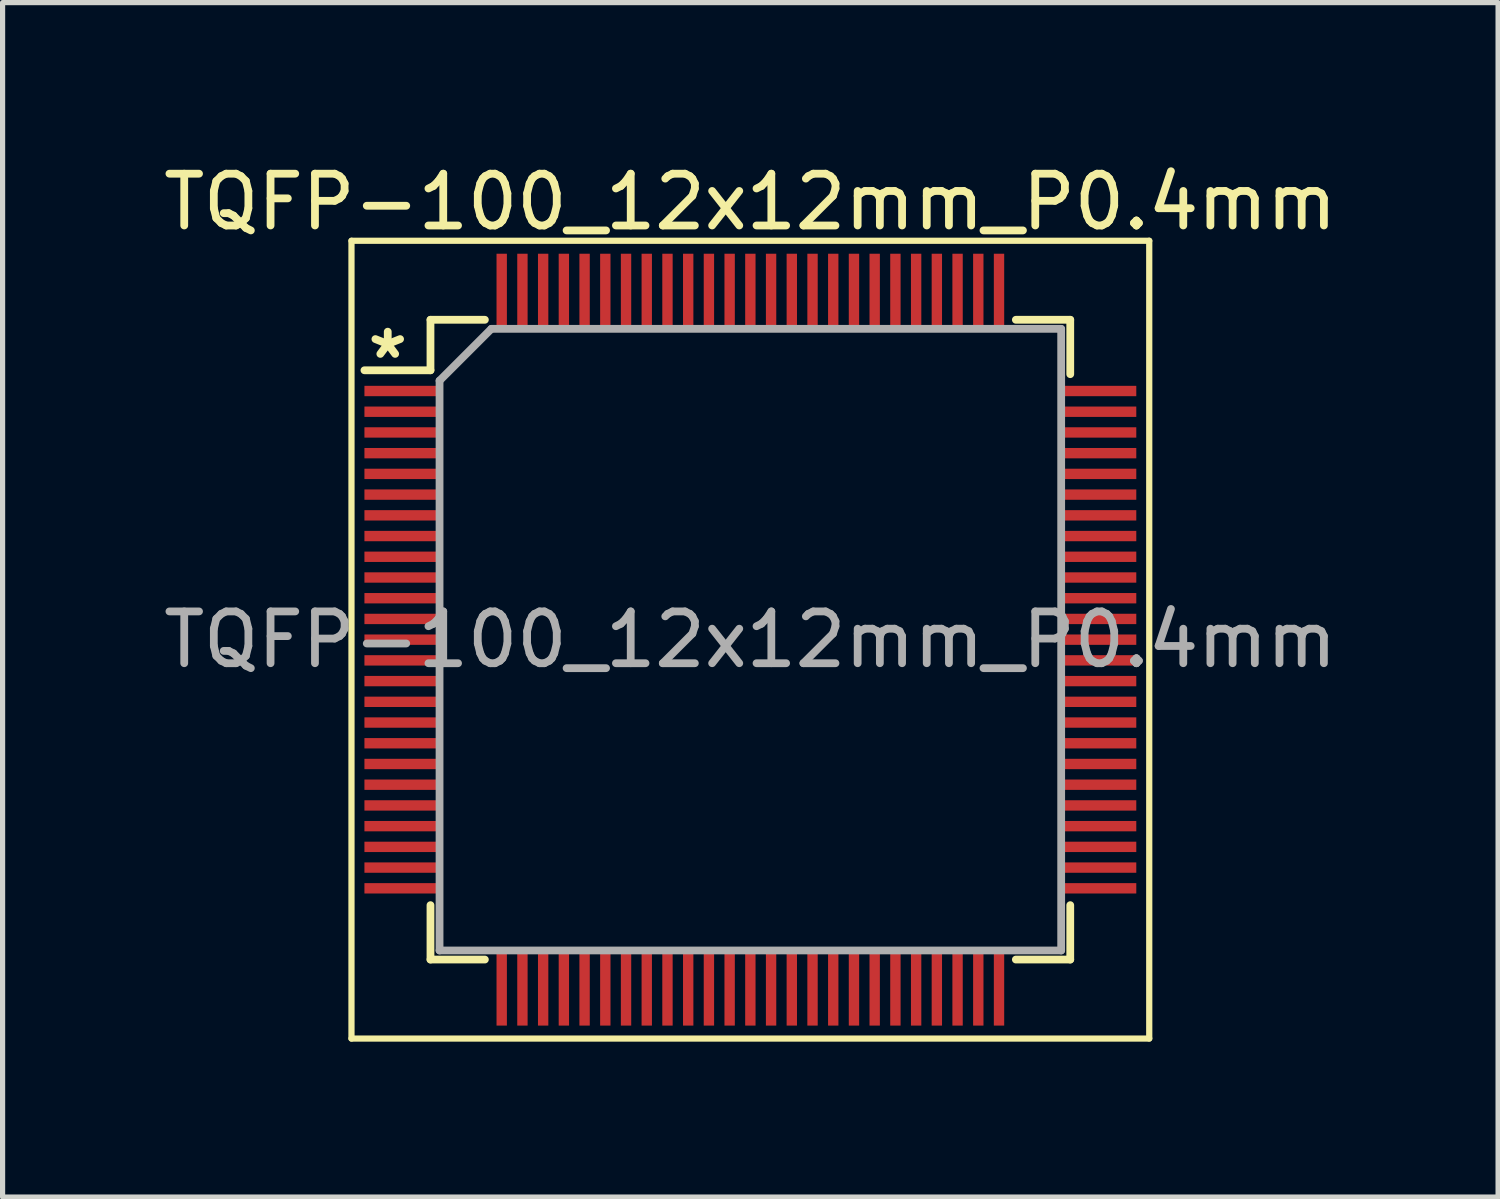
<source format=kicad_pcb>
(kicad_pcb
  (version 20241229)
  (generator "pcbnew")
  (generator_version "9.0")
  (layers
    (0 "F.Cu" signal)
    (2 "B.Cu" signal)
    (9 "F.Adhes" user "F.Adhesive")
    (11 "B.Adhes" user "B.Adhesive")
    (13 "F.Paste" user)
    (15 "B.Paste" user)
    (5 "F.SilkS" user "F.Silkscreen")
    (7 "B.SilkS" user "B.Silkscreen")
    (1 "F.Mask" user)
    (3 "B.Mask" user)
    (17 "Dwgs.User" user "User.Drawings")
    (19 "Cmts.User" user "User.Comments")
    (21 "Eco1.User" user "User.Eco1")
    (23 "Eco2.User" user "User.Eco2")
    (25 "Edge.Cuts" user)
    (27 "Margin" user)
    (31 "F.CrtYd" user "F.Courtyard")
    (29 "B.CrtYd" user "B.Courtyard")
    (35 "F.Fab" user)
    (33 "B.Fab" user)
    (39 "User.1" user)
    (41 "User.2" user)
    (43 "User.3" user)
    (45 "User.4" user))
  (footprint "TQFP-100_12x12mm_P0.4mm"
    (layer "F.Cu")
    (at 11.435 9.298)
    (property "Reference" "TQFP-100_12x12mm_P0.4mm" (at 0 -8.45 0) (layer "F.SilkS") (effects (font (size 1 1) (thickness 0.15))))
    (attr smd)
    (fp_line (start -7.7 -7.7) (end -7.7 7.7) (stroke (width 0.12) (type solid)) (layer "F.SilkS"))
    (fp_line (start -7.7 -7.7) (end 7.7 -7.7) (stroke (width 0.12) (type solid)) (layer "F.SilkS"))
    (fp_line (start -7.7 7.7) (end 7.7 7.7) (stroke (width 0.12) (type solid)) (layer "F.SilkS"))
    (fp_line (start -6.175 -6.175) (end -6.175 -5.2) (stroke (width 0.15) (type solid)) (layer "F.SilkS"))
    (fp_line (start -6.175 -6.175) (end -5.125 -6.175) (stroke (width 0.15) (type solid)) (layer "F.SilkS"))
    (fp_line (start -6.175 -5.2) (end -7.45 -5.2) (stroke (width 0.15) (type solid)) (layer "F.SilkS"))
    (fp_line (start -6.175 6.175) (end -6.175 5.125) (stroke (width 0.15) (type solid)) (layer "F.SilkS"))
    (fp_line (start -6.175 6.175) (end -5.125 6.175) (stroke (width 0.15) (type solid)) (layer "F.SilkS"))
    (fp_line (start 6.175 -6.175) (end 5.125 -6.175) (stroke (width 0.15) (type solid)) (layer "F.SilkS"))
    (fp_line (start 6.175 -6.175) (end 6.175 -5.125) (stroke (width 0.15) (type solid)) (layer "F.SilkS"))
    (fp_line (start 6.175 6.175) (end 5.125 6.175) (stroke (width 0.15) (type solid)) (layer "F.SilkS"))
    (fp_line (start 6.175 6.175) (end 6.175 5.125) (stroke (width 0.15) (type solid)) (layer "F.SilkS"))
    (fp_line (start 7.7 -7.7) (end 7.7 7.7) (stroke (width 0.12) (type solid)) (layer "F.SilkS"))
    (fp_line (start -6 -5) (end -5 -6) (stroke (width 0.15) (type solid)) (layer "F.Fab"))
    (fp_line (start -6 6) (end -6 -5) (stroke (width 0.15) (type solid)) (layer "F.Fab"))
    (fp_line (start -5 -6) (end 6 -6) (stroke (width 0.15) (type solid)) (layer "F.Fab"))
    (fp_line (start 6 -6) (end 6 6) (stroke (width 0.15) (type solid)) (layer "F.Fab"))
    (fp_line (start 6 6) (end -6 6) (stroke (width 0.15) (type solid)) (layer "F.Fab"))
    (fp_text user "*" (at -7 -5.4 0) (layer "F.SilkS") (effects (font (size 1 1) (thickness 0.15))))
    (fp_text user "${REFERENCE}" (at 0 0 0) (layer "F.Fab") (effects (font (size 1 1) (thickness 0.15))))
    (pad "1" smd rect (at -6.7 -4.8) (size 1.5 0.2) (layers "F.Cu" "F.Mask" "F.Paste"))
    (pad "2" smd rect (at -6.7 -4.4) (size 1.5 0.2) (layers "F.Cu" "F.Mask" "F.Paste"))
    (pad "3" smd rect (at -6.7 -4) (size 1.5 0.2) (layers "F.Cu" "F.Mask" "F.Paste"))
    (pad "4" smd rect (at -6.7 -3.6) (size 1.5 0.2) (layers "F.Cu" "F.Mask" "F.Paste"))
    (pad "5" smd rect (at -6.7 -3.2) (size 1.5 0.2) (layers "F.Cu" "F.Mask" "F.Paste"))
    (pad "6" smd rect (at -6.7 -2.8) (size 1.5 0.2) (layers "F.Cu" "F.Mask" "F.Paste"))
    (pad "7" smd rect (at -6.7 -2.4) (size 1.5 0.2) (layers "F.Cu" "F.Mask" "F.Paste"))
    (pad "8" smd rect (at -6.7 -2) (size 1.5 0.2) (layers "F.Cu" "F.Mask" "F.Paste"))
    (pad "9" smd rect (at -6.7 -1.6) (size 1.5 0.2) (layers "F.Cu" "F.Mask" "F.Paste"))
    (pad "10" smd rect (at -6.7 -1.2) (size 1.5 0.2) (layers "F.Cu" "F.Mask" "F.Paste"))
    (pad "11" smd rect (at -6.7 -0.8) (size 1.5 0.2) (layers "F.Cu" "F.Mask" "F.Paste"))
    (pad "12" smd rect (at -6.7 -0.4) (size 1.5 0.2) (layers "F.Cu" "F.Mask" "F.Paste"))
    (pad "13" smd rect (at -6.7 0) (size 1.5 0.2) (layers "F.Cu" "F.Mask" "F.Paste"))
    (pad "14" smd rect (at -6.7 0.4) (size 1.5 0.2) (layers "F.Cu" "F.Mask" "F.Paste"))
    (pad "15" smd rect (at -6.7 0.8) (size 1.5 0.2) (layers "F.Cu" "F.Mask" "F.Paste"))
    (pad "16" smd rect (at -6.7 1.2) (size 1.5 0.2) (layers "F.Cu" "F.Mask" "F.Paste"))
    (pad "17" smd rect (at -6.7 1.6) (size 1.5 0.2) (layers "F.Cu" "F.Mask" "F.Paste"))
    (pad "18" smd rect (at -6.7 2) (size 1.5 0.2) (layers "F.Cu" "F.Mask" "F.Paste"))
    (pad "19" smd rect (at -6.7 2.4) (size 1.5 0.2) (layers "F.Cu" "F.Mask" "F.Paste"))
    (pad "20" smd rect (at -6.7 2.8) (size 1.5 0.2) (layers "F.Cu" "F.Mask" "F.Paste"))
    (pad "21" smd rect (at -6.7 3.2) (size 1.5 0.2) (layers "F.Cu" "F.Mask" "F.Paste"))
    (pad "22" smd rect (at -6.7 3.6) (size 1.5 0.2) (layers "F.Cu" "F.Mask" "F.Paste"))
    (pad "23" smd rect (at -6.7 4) (size 1.5 0.2) (layers "F.Cu" "F.Mask" "F.Paste"))
    (pad "24" smd rect (at -6.7 4.4) (size 1.5 0.2) (layers "F.Cu" "F.Mask" "F.Paste"))
    (pad "25" smd rect (at -6.7 4.8) (size 1.5 0.2) (layers "F.Cu" "F.Mask" "F.Paste"))
    (pad "26" smd rect (at -4.8 6.7 90) (size 1.5 0.2) (layers "F.Cu" "F.Mask" "F.Paste"))
    (pad "27" smd rect (at -4.4 6.7 90) (size 1.5 0.2) (layers "F.Cu" "F.Mask" "F.Paste"))
    (pad "28" smd rect (at -4 6.7 90) (size 1.5 0.2) (layers "F.Cu" "F.Mask" "F.Paste"))
    (pad "29" smd rect (at -3.6 6.7 90) (size 1.5 0.2) (layers "F.Cu" "F.Mask" "F.Paste"))
    (pad "30" smd rect (at -3.2 6.7 90) (size 1.5 0.2) (layers "F.Cu" "F.Mask" "F.Paste"))
    (pad "31" smd rect (at -2.8 6.7 90) (size 1.5 0.2) (layers "F.Cu" "F.Mask" "F.Paste"))
    (pad "32" smd rect (at -2.4 6.7 90) (size 1.5 0.2) (layers "F.Cu" "F.Mask" "F.Paste"))
    (pad "33" smd rect (at -2 6.7 90) (size 1.5 0.2) (layers "F.Cu" "F.Mask" "F.Paste"))
    (pad "34" smd rect (at -1.6 6.7 90) (size 1.5 0.2) (layers "F.Cu" "F.Mask" "F.Paste"))
    (pad "35" smd rect (at -1.2 6.7 90) (size 1.5 0.2) (layers "F.Cu" "F.Mask" "F.Paste"))
    (pad "36" smd rect (at -0.8 6.7 90) (size 1.5 0.2) (layers "F.Cu" "F.Mask" "F.Paste"))
    (pad "37" smd rect (at -0.4 6.7 90) (size 1.5 0.2) (layers "F.Cu" "F.Mask" "F.Paste"))
    (pad "38" smd rect (at 0 6.7 90) (size 1.5 0.2) (layers "F.Cu" "F.Mask" "F.Paste"))
    (pad "39" smd rect (at 0.4 6.7 90) (size 1.5 0.2) (layers "F.Cu" "F.Mask" "F.Paste"))
    (pad "40" smd rect (at 0.8 6.7 90) (size 1.5 0.2) (layers "F.Cu" "F.Mask" "F.Paste"))
    (pad "41" smd rect (at 1.2 6.7 90) (size 1.5 0.2) (layers "F.Cu" "F.Mask" "F.Paste"))
    (pad "42" smd rect (at 1.6 6.7 90) (size 1.5 0.2) (layers "F.Cu" "F.Mask" "F.Paste"))
    (pad "43" smd rect (at 2 6.7 90) (size 1.5 0.2) (layers "F.Cu" "F.Mask" "F.Paste"))
    (pad "44" smd rect (at 2.4 6.7 90) (size 1.5 0.2) (layers "F.Cu" "F.Mask" "F.Paste"))
    (pad "45" smd rect (at 2.8 6.7 90) (size 1.5 0.2) (layers "F.Cu" "F.Mask" "F.Paste"))
    (pad "46" smd rect (at 3.2 6.7 90) (size 1.5 0.2) (layers "F.Cu" "F.Mask" "F.Paste"))
    (pad "47" smd rect (at 3.6 6.7 90) (size 1.5 0.2) (layers "F.Cu" "F.Mask" "F.Paste"))
    (pad "48" smd rect (at 4 6.7 90) (size 1.5 0.2) (layers "F.Cu" "F.Mask" "F.Paste"))
    (pad "49" smd rect (at 4.4 6.7 90) (size 1.5 0.2) (layers "F.Cu" "F.Mask" "F.Paste"))
    (pad "50" smd rect (at 4.8 6.7 90) (size 1.5 0.2) (layers "F.Cu" "F.Mask" "F.Paste"))
    (pad "51" smd rect (at 6.7 4.8) (size 1.5 0.2) (layers "F.Cu" "F.Mask" "F.Paste"))
    (pad "52" smd rect (at 6.7 4.4) (size 1.5 0.2) (layers "F.Cu" "F.Mask" "F.Paste"))
    (pad "53" smd rect (at 6.7 4) (size 1.5 0.2) (layers "F.Cu" "F.Mask" "F.Paste"))
    (pad "54" smd rect (at 6.7 3.6) (size 1.5 0.2) (layers "F.Cu" "F.Mask" "F.Paste"))
    (pad "55" smd rect (at 6.7 3.2) (size 1.5 0.2) (layers "F.Cu" "F.Mask" "F.Paste"))
    (pad "56" smd rect (at 6.7 2.8) (size 1.5 0.2) (layers "F.Cu" "F.Mask" "F.Paste"))
    (pad "57" smd rect (at 6.7 2.4) (size 1.5 0.2) (layers "F.Cu" "F.Mask" "F.Paste"))
    (pad "58" smd rect (at 6.7 2) (size 1.5 0.2) (layers "F.Cu" "F.Mask" "F.Paste"))
    (pad "59" smd rect (at 6.7 1.6) (size 1.5 0.2) (layers "F.Cu" "F.Mask" "F.Paste"))
    (pad "60" smd rect (at 6.7 1.2) (size 1.5 0.2) (layers "F.Cu" "F.Mask" "F.Paste"))
    (pad "61" smd rect (at 6.7 0.8) (size 1.5 0.2) (layers "F.Cu" "F.Mask" "F.Paste"))
    (pad "62" smd rect (at 6.7 0.4) (size 1.5 0.2) (layers "F.Cu" "F.Mask" "F.Paste"))
    (pad "63" smd rect (at 6.7 0) (size 1.5 0.2) (layers "F.Cu" "F.Mask" "F.Paste"))
    (pad "64" smd rect (at 6.7 -0.4) (size 1.5 0.2) (layers "F.Cu" "F.Mask" "F.Paste"))
    (pad "65" smd rect (at 6.7 -0.8) (size 1.5 0.2) (layers "F.Cu" "F.Mask" "F.Paste"))
    (pad "66" smd rect (at 6.7 -1.2) (size 1.5 0.2) (layers "F.Cu" "F.Mask" "F.Paste"))
    (pad "67" smd rect (at 6.7 -1.6) (size 1.5 0.2) (layers "F.Cu" "F.Mask" "F.Paste"))
    (pad "68" smd rect (at 6.7 -2) (size 1.5 0.2) (layers "F.Cu" "F.Mask" "F.Paste"))
    (pad "69" smd rect (at 6.7 -2.4) (size 1.5 0.2) (layers "F.Cu" "F.Mask" "F.Paste"))
    (pad "70" smd rect (at 6.7 -2.8) (size 1.5 0.2) (layers "F.Cu" "F.Mask" "F.Paste"))
    (pad "71" smd rect (at 6.7 -3.2) (size 1.5 0.2) (layers "F.Cu" "F.Mask" "F.Paste"))
    (pad "72" smd rect (at 6.7 -3.6) (size 1.5 0.2) (layers "F.Cu" "F.Mask" "F.Paste"))
    (pad "73" smd rect (at 6.7 -4) (size 1.5 0.2) (layers "F.Cu" "F.Mask" "F.Paste"))
    (pad "74" smd rect (at 6.7 -4.4) (size 1.5 0.2) (layers "F.Cu" "F.Mask" "F.Paste"))
    (pad "75" smd rect (at 6.7 -4.8) (size 1.5 0.2) (layers "F.Cu" "F.Mask" "F.Paste"))
    (pad "76" smd rect (at 4.8 -6.7 90) (size 1.5 0.2) (layers "F.Cu" "F.Mask" "F.Paste"))
    (pad "77" smd rect (at 4.4 -6.7 90) (size 1.5 0.2) (layers "F.Cu" "F.Mask" "F.Paste"))
    (pad "78" smd rect (at 4 -6.7 90) (size 1.5 0.2) (layers "F.Cu" "F.Mask" "F.Paste"))
    (pad "79" smd rect (at 3.6 -6.7 90) (size 1.5 0.2) (layers "F.Cu" "F.Mask" "F.Paste"))
    (pad "80" smd rect (at 3.2 -6.7 90) (size 1.5 0.2) (layers "F.Cu" "F.Mask" "F.Paste"))
    (pad "81" smd rect (at 2.8 -6.7 90) (size 1.5 0.2) (layers "F.Cu" "F.Mask" "F.Paste"))
    (pad "82" smd rect (at 2.4 -6.7 90) (size 1.5 0.2) (layers "F.Cu" "F.Mask" "F.Paste"))
    (pad "83" smd rect (at 2 -6.7 90) (size 1.5 0.2) (layers "F.Cu" "F.Mask" "F.Paste"))
    (pad "84" smd rect (at 1.6 -6.7 90) (size 1.5 0.2) (layers "F.Cu" "F.Mask" "F.Paste"))
    (pad "85" smd rect (at 1.2 -6.7 90) (size 1.5 0.2) (layers "F.Cu" "F.Mask" "F.Paste"))
    (pad "86" smd rect (at 0.8 -6.7 90) (size 1.5 0.2) (layers "F.Cu" "F.Mask" "F.Paste"))
    (pad "87" smd rect (at 0.4 -6.7 90) (size 1.5 0.2) (layers "F.Cu" "F.Mask" "F.Paste"))
    (pad "88" smd rect (at 0 -6.7 90) (size 1.5 0.2) (layers "F.Cu" "F.Mask" "F.Paste"))
    (pad "89" smd rect (at -0.4 -6.7 90) (size 1.5 0.2) (layers "F.Cu" "F.Mask" "F.Paste"))
    (pad "90" smd rect (at -0.8 -6.7 90) (size 1.5 0.2) (layers "F.Cu" "F.Mask" "F.Paste"))
    (pad "91" smd rect (at -1.2 -6.7 90) (size 1.5 0.2) (layers "F.Cu" "F.Mask" "F.Paste"))
    (pad "92" smd rect (at -1.6 -6.7 90) (size 1.5 0.2) (layers "F.Cu" "F.Mask" "F.Paste"))
    (pad "93" smd rect (at -2 -6.7 90) (size 1.5 0.2) (layers "F.Cu" "F.Mask" "F.Paste"))
    (pad "94" smd rect (at -2.4 -6.7 90) (size 1.5 0.2) (layers "F.Cu" "F.Mask" "F.Paste"))
    (pad "95" smd rect (at -2.8 -6.7 90) (size 1.5 0.2) (layers "F.Cu" "F.Mask" "F.Paste"))
    (pad "96" smd rect (at -3.2 -6.7 90) (size 1.5 0.2) (layers "F.Cu" "F.Mask" "F.Paste"))
    (pad "97" smd rect (at -3.6 -6.7 90) (size 1.5 0.2) (layers "F.Cu" "F.Mask" "F.Paste"))
    (pad "98" smd rect (at -4 -6.7 90) (size 1.5 0.2) (layers "F.Cu" "F.Mask" "F.Paste"))
    (pad "99" smd rect (at -4.4 -6.7 90) (size 1.5 0.2) (layers "F.Cu" "F.Mask" "F.Paste"))
    (pad "100" smd rect (at -4.8 -6.7 90) (size 1.5 0.2) (layers "F.Cu" "F.Mask" "F.Paste")))
  (gr_rect
    (start -3 -3)
    (end 25.869 20.058)
    (stroke (width 0.1) (type default))
    (fill no)
    (layer "Edge.Cuts")))
</source>
